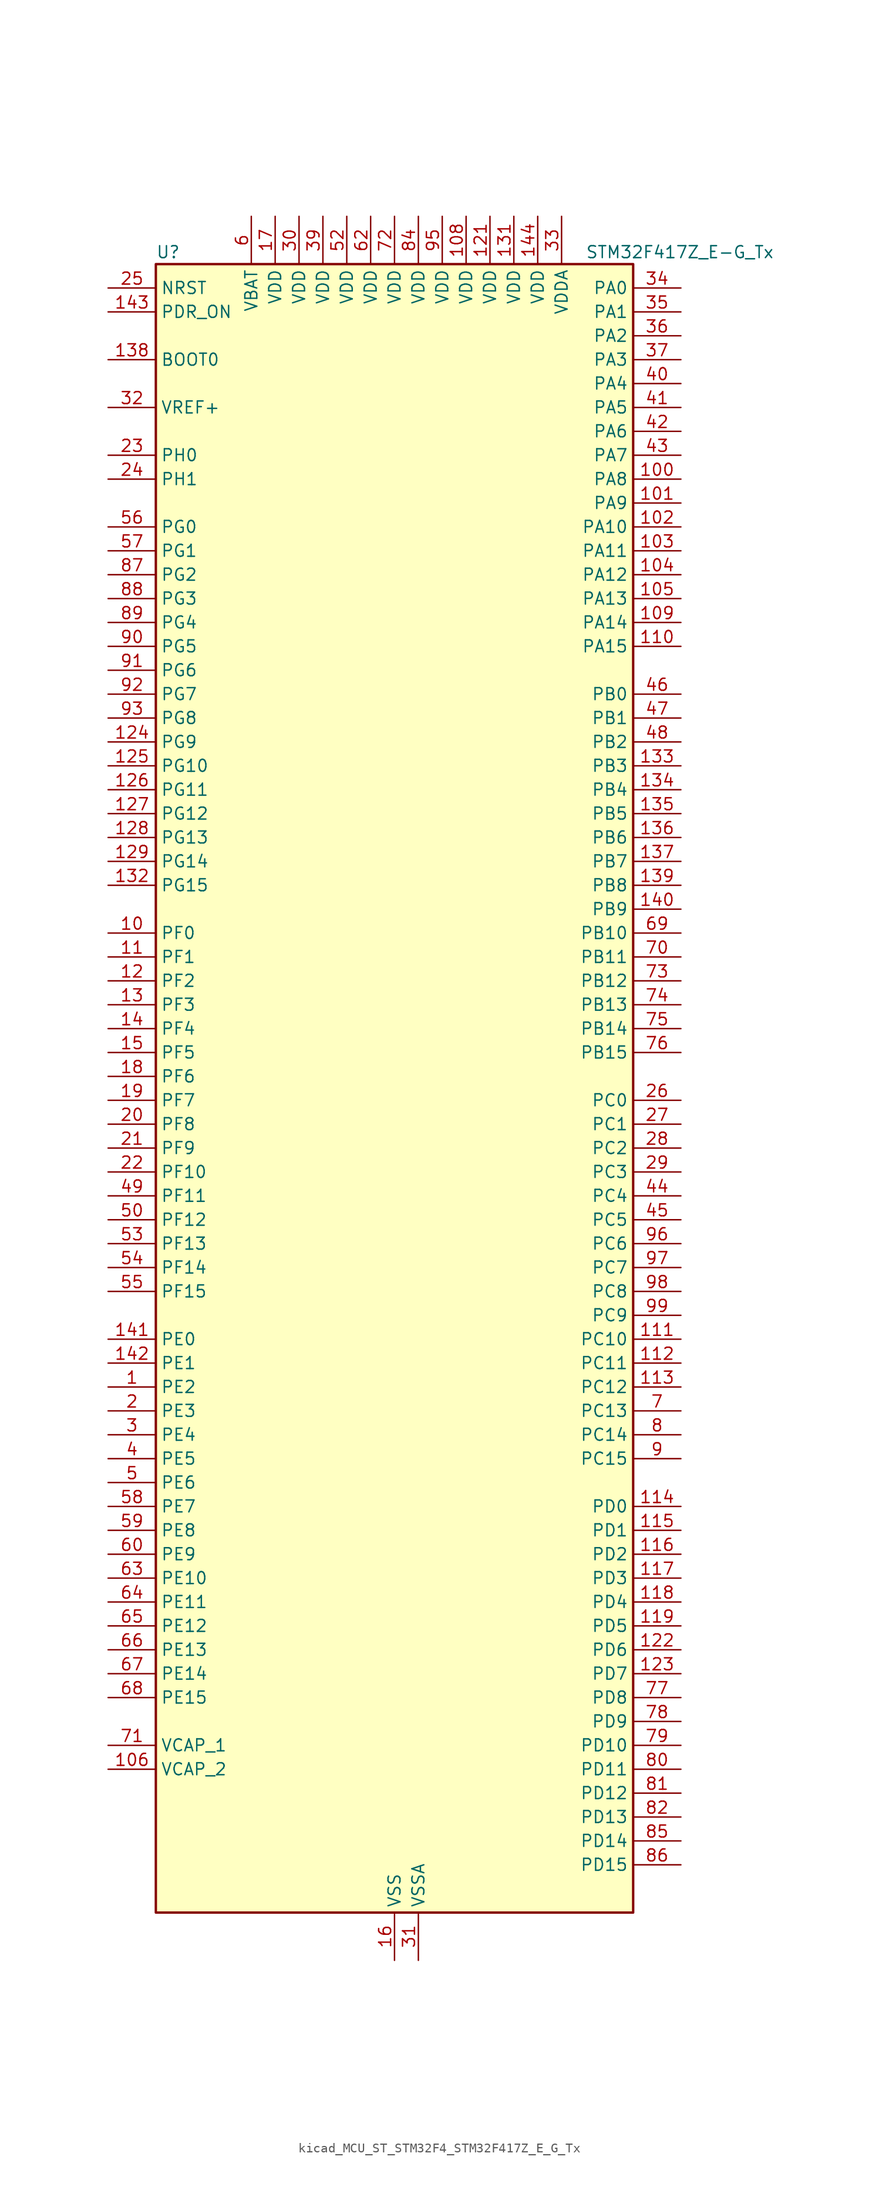
<source format=kicad_sym>
(kicad_symbol_lib
  (version 20220914)
  (generator kicad_symbol_editor)
  (symbol "kicad_MCU_ST_STM32F4_STM32F417Z_E_G_Tx"
    (property "Reference" "U"
      (at -25.4 90.17 0)
      (effects (font (size 1.27 1.27)) (justify left)))
    (property "Value" "STM32F417Z_E-G_Tx"
      (at 20.32 90.17 0)
      (effects (font (size 1.27 1.27)) (justify left)))
    (property "ki_locked" ""
      (at 0 0 0)
      (effects (font (size 1.27 1.27))))
    (symbol "kicad_MCU_ST_STM32F4_STM32F417Z_E_G_Tx_0_1"
      (rectangle (start -25.4 -86.36) (end 25.4 88.9) (stroke (width 0.254) (type default)) (fill (type background))))
    (symbol "kicad_MCU_ST_STM32F4_STM32F417Z_E_G_Tx_1_1"
      (pin bidirectional line (at -30.48 -30.48 0) (length 5.08) (name "PE2" (effects (font (size 1.27 1.27)))) (number "1" (effects (font (size 1.27 1.27)))) (alternate "ETH_TXD3" bidirectional line) (alternate "FSMC_A23" bidirectional line) (alternate "SYS_TRACECLK" bidirectional line))
      (pin bidirectional line (at -30.48 17.78 0) (length 5.08) (name "PF0" (effects (font (size 1.27 1.27)))) (number "10" (effects (font (size 1.27 1.27)))) (alternate "FSMC_A0" bidirectional line) (alternate "I2C2_SDA" bidirectional line))
      (pin bidirectional line (at 30.48 66.04 180) (length 5.08) (name "PA8" (effects (font (size 1.27 1.27)))) (number "100" (effects (font (size 1.27 1.27)))) (alternate "I2C3_SCL" bidirectional line) (alternate "RCC_MCO_1" bidirectional line) (alternate "TIM1_CH1" bidirectional line) (alternate "USART1_CK" bidirectional line) (alternate "USB_OTG_FS_SOF" bidirectional line))
      (pin bidirectional line (at 30.48 63.5 180) (length 5.08) (name "PA9" (effects (font (size 1.27 1.27)))) (number "101" (effects (font (size 1.27 1.27)))) (alternate "DAC_EXTI9" bidirectional line) (alternate "DCMI_D0" bidirectional line) (alternate "I2C3_SMBA" bidirectional line) (alternate "TIM1_CH2" bidirectional line) (alternate "USART1_TX" bidirectional line) (alternate "USB_OTG_FS_VBUS" bidirectional line))
      (pin bidirectional line (at 30.48 60.96 180) (length 5.08) (name "PA10" (effects (font (size 1.27 1.27)))) (number "102" (effects (font (size 1.27 1.27)))) (alternate "DCMI_D1" bidirectional line) (alternate "TIM1_CH3" bidirectional line) (alternate "USART1_RX" bidirectional line) (alternate "USB_OTG_FS_ID" bidirectional line))
      (pin bidirectional line (at 30.48 58.42 180) (length 5.08) (name "PA11" (effects (font (size 1.27 1.27)))) (number "103" (effects (font (size 1.27 1.27)))) (alternate "ADC1_EXTI11" bidirectional line) (alternate "ADC2_EXTI11" bidirectional line) (alternate "ADC3_EXTI11" bidirectional line) (alternate "CAN1_RX" bidirectional line) (alternate "TIM1_CH4" bidirectional line) (alternate "USART1_CTS" bidirectional line) (alternate "USB_OTG_FS_DM" bidirectional line))
      (pin bidirectional line (at 30.48 55.88 180) (length 5.08) (name "PA12" (effects (font (size 1.27 1.27)))) (number "104" (effects (font (size 1.27 1.27)))) (alternate "CAN1_TX" bidirectional line) (alternate "TIM1_ETR" bidirectional line) (alternate "USART1_RTS" bidirectional line) (alternate "USB_OTG_FS_DP" bidirectional line))
      (pin bidirectional line (at 30.48 53.34 180) (length 5.08) (name "PA13" (effects (font (size 1.27 1.27)))) (number "105" (effects (font (size 1.27 1.27)))) (alternate "SYS_JTMS-SWDIO" bidirectional line))
      (pin power_out line (at -30.48 -71.12 0) (length 5.08) (name "VCAP_2" (effects (font (size 1.27 1.27)))) (number "106" (effects (font (size 1.27 1.27)))))
      (pin passive line (at 0 -91.44 90) (length 5.08) hide (name "VSS" (effects (font (size 1.27 1.27)))) (number "107" (effects (font (size 1.27 1.27)))))
      (pin power_in line (at 7.62 93.98 270) (length 5.08) (name "VDD" (effects (font (size 1.27 1.27)))) (number "108" (effects (font (size 1.27 1.27)))))
      (pin bidirectional line (at 30.48 50.8 180) (length 5.08) (name "PA14" (effects (font (size 1.27 1.27)))) (number "109" (effects (font (size 1.27 1.27)))) (alternate "SYS_JTCK-SWCLK" bidirectional line))
      (pin bidirectional line (at -30.48 15.24 0) (length 5.08) (name "PF1" (effects (font (size 1.27 1.27)))) (number "11" (effects (font (size 1.27 1.27)))) (alternate "FSMC_A1" bidirectional line) (alternate "I2C2_SCL" bidirectional line))
      (pin bidirectional line (at 30.48 48.26 180) (length 5.08) (name "PA15" (effects (font (size 1.27 1.27)))) (number "110" (effects (font (size 1.27 1.27)))) (alternate "ADC1_EXTI15" bidirectional line) (alternate "ADC2_EXTI15" bidirectional line) (alternate "ADC3_EXTI15" bidirectional line) (alternate "I2S3_WS" bidirectional line) (alternate "SPI1_NSS" bidirectional line) (alternate "SPI3_NSS" bidirectional line) (alternate "SYS_JTDI" bidirectional line) (alternate "TIM2_CH1" bidirectional line) (alternate "TIM2_ETR" bidirectional line))
      (pin bidirectional line (at 30.48 -25.4 180) (length 5.08) (name "PC10" (effects (font (size 1.27 1.27)))) (number "111" (effects (font (size 1.27 1.27)))) (alternate "DCMI_D8" bidirectional line) (alternate "I2S3_CK" bidirectional line) (alternate "SDIO_D2" bidirectional line) (alternate "SPI3_SCK" bidirectional line) (alternate "UART4_TX" bidirectional line) (alternate "USART3_TX" bidirectional line))
      (pin bidirectional line (at 30.48 -27.94 180) (length 5.08) (name "PC11" (effects (font (size 1.27 1.27)))) (number "112" (effects (font (size 1.27 1.27)))) (alternate "ADC1_EXTI11" bidirectional line) (alternate "ADC2_EXTI11" bidirectional line) (alternate "ADC3_EXTI11" bidirectional line) (alternate "DCMI_D4" bidirectional line) (alternate "I2S3_ext_SD" bidirectional line) (alternate "SDIO_D3" bidirectional line) (alternate "SPI3_MISO" bidirectional line) (alternate "UART4_RX" bidirectional line) (alternate "USART3_RX" bidirectional line))
      (pin bidirectional line (at 30.48 -30.48 180) (length 5.08) (name "PC12" (effects (font (size 1.27 1.27)))) (number "113" (effects (font (size 1.27 1.27)))) (alternate "DCMI_D9" bidirectional line) (alternate "I2S3_SD" bidirectional line) (alternate "SDIO_CK" bidirectional line) (alternate "SPI3_MOSI" bidirectional line) (alternate "UART5_TX" bidirectional line) (alternate "USART3_CK" bidirectional line))
      (pin bidirectional line (at 30.48 -43.18 180) (length 5.08) (name "PD0" (effects (font (size 1.27 1.27)))) (number "114" (effects (font (size 1.27 1.27)))) (alternate "CAN1_RX" bidirectional line) (alternate "FSMC_D2" bidirectional line) (alternate "FSMC_DA2" bidirectional line))
      (pin bidirectional line (at 30.48 -45.72 180) (length 5.08) (name "PD1" (effects (font (size 1.27 1.27)))) (number "115" (effects (font (size 1.27 1.27)))) (alternate "CAN1_TX" bidirectional line) (alternate "FSMC_D3" bidirectional line) (alternate "FSMC_DA3" bidirectional line))
      (pin bidirectional line (at 30.48 -48.26 180) (length 5.08) (name "PD2" (effects (font (size 1.27 1.27)))) (number "116" (effects (font (size 1.27 1.27)))) (alternate "DCMI_D11" bidirectional line) (alternate "SDIO_CMD" bidirectional line) (alternate "TIM3_ETR" bidirectional line) (alternate "UART5_RX" bidirectional line))
      (pin bidirectional line (at 30.48 -50.8 180) (length 5.08) (name "PD3" (effects (font (size 1.27 1.27)))) (number "117" (effects (font (size 1.27 1.27)))) (alternate "FSMC_CLK" bidirectional line) (alternate "USART2_CTS" bidirectional line))
      (pin bidirectional line (at 30.48 -53.34 180) (length 5.08) (name "PD4" (effects (font (size 1.27 1.27)))) (number "118" (effects (font (size 1.27 1.27)))) (alternate "FSMC_NOE" bidirectional line) (alternate "USART2_RTS" bidirectional line))
      (pin bidirectional line (at 30.48 -55.88 180) (length 5.08) (name "PD5" (effects (font (size 1.27 1.27)))) (number "119" (effects (font (size 1.27 1.27)))) (alternate "FSMC_NWE" bidirectional line) (alternate "USART2_TX" bidirectional line))
      (pin bidirectional line (at -30.48 12.7 0) (length 5.08) (name "PF2" (effects (font (size 1.27 1.27)))) (number "12" (effects (font (size 1.27 1.27)))) (alternate "FSMC_A2" bidirectional line) (alternate "I2C2_SMBA" bidirectional line))
      (pin passive line (at 0 -91.44 90) (length 5.08) hide (name "VSS" (effects (font (size 1.27 1.27)))) (number "120" (effects (font (size 1.27 1.27)))))
      (pin power_in line (at 10.16 93.98 270) (length 5.08) (name "VDD" (effects (font (size 1.27 1.27)))) (number "121" (effects (font (size 1.27 1.27)))))
      (pin bidirectional line (at 30.48 -58.42 180) (length 5.08) (name "PD6" (effects (font (size 1.27 1.27)))) (number "122" (effects (font (size 1.27 1.27)))) (alternate "FSMC_NWAIT" bidirectional line) (alternate "USART2_RX" bidirectional line))
      (pin bidirectional line (at 30.48 -60.96 180) (length 5.08) (name "PD7" (effects (font (size 1.27 1.27)))) (number "123" (effects (font (size 1.27 1.27)))) (alternate "FSMC_NCE2" bidirectional line) (alternate "FSMC_NE1" bidirectional line) (alternate "USART2_CK" bidirectional line))
      (pin bidirectional line (at -30.48 38.1 0) (length 5.08) (name "PG9" (effects (font (size 1.27 1.27)))) (number "124" (effects (font (size 1.27 1.27)))) (alternate "DAC_EXTI9" bidirectional line) (alternate "FSMC_NCE3" bidirectional line) (alternate "FSMC_NE2" bidirectional line) (alternate "USART6_RX" bidirectional line))
      (pin bidirectional line (at -30.48 35.56 0) (length 5.08) (name "PG10" (effects (font (size 1.27 1.27)))) (number "125" (effects (font (size 1.27 1.27)))) (alternate "FSMC_NCE4_1" bidirectional line) (alternate "FSMC_NE3" bidirectional line))
      (pin bidirectional line (at -30.48 33.02 0) (length 5.08) (name "PG11" (effects (font (size 1.27 1.27)))) (number "126" (effects (font (size 1.27 1.27)))) (alternate "ADC1_EXTI11" bidirectional line) (alternate "ADC2_EXTI11" bidirectional line) (alternate "ADC3_EXTI11" bidirectional line) (alternate "ETH_TX_EN" bidirectional line) (alternate "FSMC_NCE4_2" bidirectional line))
      (pin bidirectional line (at -30.48 30.48 0) (length 5.08) (name "PG12" (effects (font (size 1.27 1.27)))) (number "127" (effects (font (size 1.27 1.27)))) (alternate "FSMC_NE4" bidirectional line) (alternate "USART6_RTS" bidirectional line))
      (pin bidirectional line (at -30.48 27.94 0) (length 5.08) (name "PG13" (effects (font (size 1.27 1.27)))) (number "128" (effects (font (size 1.27 1.27)))) (alternate "ETH_TXD0" bidirectional line) (alternate "FSMC_A24" bidirectional line) (alternate "USART6_CTS" bidirectional line))
      (pin bidirectional line (at -30.48 25.4 0) (length 5.08) (name "PG14" (effects (font (size 1.27 1.27)))) (number "129" (effects (font (size 1.27 1.27)))) (alternate "ETH_TXD1" bidirectional line) (alternate "FSMC_A25" bidirectional line) (alternate "USART6_TX" bidirectional line))
      (pin bidirectional line (at -30.48 10.16 0) (length 5.08) (name "PF3" (effects (font (size 1.27 1.27)))) (number "13" (effects (font (size 1.27 1.27)))) (alternate "ADC3_IN9" bidirectional line) (alternate "FSMC_A3" bidirectional line))
      (pin passive line (at 0 -91.44 90) (length 5.08) hide (name "VSS" (effects (font (size 1.27 1.27)))) (number "130" (effects (font (size 1.27 1.27)))))
      (pin power_in line (at 12.7 93.98 270) (length 5.08) (name "VDD" (effects (font (size 1.27 1.27)))) (number "131" (effects (font (size 1.27 1.27)))))
      (pin bidirectional line (at -30.48 22.86 0) (length 5.08) (name "PG15" (effects (font (size 1.27 1.27)))) (number "132" (effects (font (size 1.27 1.27)))) (alternate "ADC1_EXTI15" bidirectional line) (alternate "ADC2_EXTI15" bidirectional line) (alternate "ADC3_EXTI15" bidirectional line) (alternate "DCMI_D13" bidirectional line) (alternate "USART6_CTS" bidirectional line))
      (pin bidirectional line (at 30.48 35.56 180) (length 5.08) (name "PB3" (effects (font (size 1.27 1.27)))) (number "133" (effects (font (size 1.27 1.27)))) (alternate "I2S3_CK" bidirectional line) (alternate "SPI1_SCK" bidirectional line) (alternate "SPI3_SCK" bidirectional line) (alternate "SYS_JTDO-SWO" bidirectional line) (alternate "TIM2_CH2" bidirectional line))
      (pin bidirectional line (at 30.48 33.02 180) (length 5.08) (name "PB4" (effects (font (size 1.27 1.27)))) (number "134" (effects (font (size 1.27 1.27)))) (alternate "I2S3_ext_SD" bidirectional line) (alternate "SPI1_MISO" bidirectional line) (alternate "SPI3_MISO" bidirectional line) (alternate "SYS_JTRST" bidirectional line) (alternate "TIM3_CH1" bidirectional line))
      (pin bidirectional line (at 30.48 30.48 180) (length 5.08) (name "PB5" (effects (font (size 1.27 1.27)))) (number "135" (effects (font (size 1.27 1.27)))) (alternate "CAN2_RX" bidirectional line) (alternate "DCMI_D10" bidirectional line) (alternate "ETH_PPS_OUT" bidirectional line) (alternate "I2C1_SMBA" bidirectional line) (alternate "I2S3_SD" bidirectional line) (alternate "SPI1_MOSI" bidirectional line) (alternate "SPI3_MOSI" bidirectional line) (alternate "TIM3_CH2" bidirectional line) (alternate "USB_OTG_HS_ULPI_D7" bidirectional line))
      (pin bidirectional line (at 30.48 27.94 180) (length 5.08) (name "PB6" (effects (font (size 1.27 1.27)))) (number "136" (effects (font (size 1.27 1.27)))) (alternate "CAN2_TX" bidirectional line) (alternate "DCMI_D5" bidirectional line) (alternate "I2C1_SCL" bidirectional line) (alternate "TIM4_CH1" bidirectional line) (alternate "USART1_TX" bidirectional line))
      (pin bidirectional line (at 30.48 25.4 180) (length 5.08) (name "PB7" (effects (font (size 1.27 1.27)))) (number "137" (effects (font (size 1.27 1.27)))) (alternate "DCMI_VSYNC" bidirectional line) (alternate "FSMC_NL" bidirectional line) (alternate "I2C1_SDA" bidirectional line) (alternate "TIM4_CH2" bidirectional line) (alternate "USART1_RX" bidirectional line))
      (pin input line (at -30.48 78.74 0) (length 5.08) (name "BOOT0" (effects (font (size 1.27 1.27)))) (number "138" (effects (font (size 1.27 1.27)))))
      (pin bidirectional line (at 30.48 22.86 180) (length 5.08) (name "PB8" (effects (font (size 1.27 1.27)))) (number "139" (effects (font (size 1.27 1.27)))) (alternate "CAN1_RX" bidirectional line) (alternate "DCMI_D6" bidirectional line) (alternate "ETH_TXD3" bidirectional line) (alternate "I2C1_SCL" bidirectional line) (alternate "SDIO_D4" bidirectional line) (alternate "TIM10_CH1" bidirectional line) (alternate "TIM4_CH3" bidirectional line))
      (pin bidirectional line (at -30.48 7.62 0) (length 5.08) (name "PF4" (effects (font (size 1.27 1.27)))) (number "14" (effects (font (size 1.27 1.27)))) (alternate "ADC3_IN14" bidirectional line) (alternate "FSMC_A4" bidirectional line))
      (pin bidirectional line (at 30.48 20.32 180) (length 5.08) (name "PB9" (effects (font (size 1.27 1.27)))) (number "140" (effects (font (size 1.27 1.27)))) (alternate "CAN1_TX" bidirectional line) (alternate "DAC_EXTI9" bidirectional line) (alternate "DCMI_D7" bidirectional line) (alternate "I2C1_SDA" bidirectional line) (alternate "I2S2_WS" bidirectional line) (alternate "SDIO_D5" bidirectional line) (alternate "SPI2_NSS" bidirectional line) (alternate "TIM11_CH1" bidirectional line) (alternate "TIM4_CH4" bidirectional line))
      (pin bidirectional line (at -30.48 -25.4 0) (length 5.08) (name "PE0" (effects (font (size 1.27 1.27)))) (number "141" (effects (font (size 1.27 1.27)))) (alternate "DCMI_D2" bidirectional line) (alternate "FSMC_NBL0" bidirectional line) (alternate "TIM4_ETR" bidirectional line))
      (pin bidirectional line (at -30.48 -27.94 0) (length 5.08) (name "PE1" (effects (font (size 1.27 1.27)))) (number "142" (effects (font (size 1.27 1.27)))) (alternate "DCMI_D3" bidirectional line) (alternate "FSMC_NBL1" bidirectional line))
      (pin input line (at -30.48 83.82 0) (length 5.08) (name "PDR_ON" (effects (font (size 1.27 1.27)))) (number "143" (effects (font (size 1.27 1.27)))))
      (pin power_in line (at 15.24 93.98 270) (length 5.08) (name "VDD" (effects (font (size 1.27 1.27)))) (number "144" (effects (font (size 1.27 1.27)))))
      (pin bidirectional line (at -30.48 5.08 0) (length 5.08) (name "PF5" (effects (font (size 1.27 1.27)))) (number "15" (effects (font (size 1.27 1.27)))) (alternate "ADC3_IN15" bidirectional line) (alternate "FSMC_A5" bidirectional line))
      (pin power_in line (at 0 -91.44 90) (length 5.08) (name "VSS" (effects (font (size 1.27 1.27)))) (number "16" (effects (font (size 1.27 1.27)))))
      (pin power_in line (at -12.7 93.98 270) (length 5.08) (name "VDD" (effects (font (size 1.27 1.27)))) (number "17" (effects (font (size 1.27 1.27)))))
      (pin bidirectional line (at -30.48 2.54 0) (length 5.08) (name "PF6" (effects (font (size 1.27 1.27)))) (number "18" (effects (font (size 1.27 1.27)))) (alternate "ADC3_IN4" bidirectional line) (alternate "FSMC_NIORD" bidirectional line) (alternate "TIM10_CH1" bidirectional line))
      (pin bidirectional line (at -30.48 0 0) (length 5.08) (name "PF7" (effects (font (size 1.27 1.27)))) (number "19" (effects (font (size 1.27 1.27)))) (alternate "ADC3_IN5" bidirectional line) (alternate "FSMC_NREG" bidirectional line) (alternate "TIM11_CH1" bidirectional line))
      (pin bidirectional line (at -30.48 -33.02 0) (length 5.08) (name "PE3" (effects (font (size 1.27 1.27)))) (number "2" (effects (font (size 1.27 1.27)))) (alternate "FSMC_A19" bidirectional line) (alternate "SYS_TRACED0" bidirectional line))
      (pin bidirectional line (at -30.48 -2.54 0) (length 5.08) (name "PF8" (effects (font (size 1.27 1.27)))) (number "20" (effects (font (size 1.27 1.27)))) (alternate "ADC3_IN6" bidirectional line) (alternate "FSMC_NIOWR" bidirectional line) (alternate "TIM13_CH1" bidirectional line))
      (pin bidirectional line (at -30.48 -5.08 0) (length 5.08) (name "PF9" (effects (font (size 1.27 1.27)))) (number "21" (effects (font (size 1.27 1.27)))) (alternate "ADC3_IN7" bidirectional line) (alternate "DAC_EXTI9" bidirectional line) (alternate "FSMC_CD" bidirectional line) (alternate "TIM14_CH1" bidirectional line))
      (pin bidirectional line (at -30.48 -7.62 0) (length 5.08) (name "PF10" (effects (font (size 1.27 1.27)))) (number "22" (effects (font (size 1.27 1.27)))) (alternate "ADC3_IN8" bidirectional line) (alternate "FSMC_INTR" bidirectional line))
      (pin bidirectional line (at -30.48 68.58 0) (length 5.08) (name "PH0" (effects (font (size 1.27 1.27)))) (number "23" (effects (font (size 1.27 1.27)))) (alternate "RCC_OSC_IN" bidirectional line))
      (pin bidirectional line (at -30.48 66.04 0) (length 5.08) (name "PH1" (effects (font (size 1.27 1.27)))) (number "24" (effects (font (size 1.27 1.27)))) (alternate "RCC_OSC_OUT" bidirectional line))
      (pin input line (at -30.48 86.36 0) (length 5.08) (name "NRST" (effects (font (size 1.27 1.27)))) (number "25" (effects (font (size 1.27 1.27)))))
      (pin bidirectional line (at 30.48 0 180) (length 5.08) (name "PC0" (effects (font (size 1.27 1.27)))) (number "26" (effects (font (size 1.27 1.27)))) (alternate "ADC1_IN10" bidirectional line) (alternate "ADC2_IN10" bidirectional line) (alternate "ADC3_IN10" bidirectional line) (alternate "USB_OTG_HS_ULPI_STP" bidirectional line))
      (pin bidirectional line (at 30.48 -2.54 180) (length 5.08) (name "PC1" (effects (font (size 1.27 1.27)))) (number "27" (effects (font (size 1.27 1.27)))) (alternate "ADC1_IN11" bidirectional line) (alternate "ADC2_IN11" bidirectional line) (alternate "ADC3_IN11" bidirectional line) (alternate "ETH_MDC" bidirectional line))
      (pin bidirectional line (at 30.48 -5.08 180) (length 5.08) (name "PC2" (effects (font (size 1.27 1.27)))) (number "28" (effects (font (size 1.27 1.27)))) (alternate "ADC1_IN12" bidirectional line) (alternate "ADC2_IN12" bidirectional line) (alternate "ADC3_IN12" bidirectional line) (alternate "ETH_TXD2" bidirectional line) (alternate "I2S2_ext_SD" bidirectional line) (alternate "SPI2_MISO" bidirectional line) (alternate "USB_OTG_HS_ULPI_DIR" bidirectional line))
      (pin bidirectional line (at 30.48 -7.62 180) (length 5.08) (name "PC3" (effects (font (size 1.27 1.27)))) (number "29" (effects (font (size 1.27 1.27)))) (alternate "ADC1_IN13" bidirectional line) (alternate "ADC2_IN13" bidirectional line) (alternate "ADC3_IN13" bidirectional line) (alternate "ETH_TX_CLK" bidirectional line) (alternate "I2S2_SD" bidirectional line) (alternate "SPI2_MOSI" bidirectional line) (alternate "USB_OTG_HS_ULPI_NXT" bidirectional line))
      (pin bidirectional line (at -30.48 -35.56 0) (length 5.08) (name "PE4" (effects (font (size 1.27 1.27)))) (number "3" (effects (font (size 1.27 1.27)))) (alternate "DCMI_D4" bidirectional line) (alternate "FSMC_A20" bidirectional line) (alternate "SYS_TRACED1" bidirectional line))
      (pin power_in line (at -10.16 93.98 270) (length 5.08) (name "VDD" (effects (font (size 1.27 1.27)))) (number "30" (effects (font (size 1.27 1.27)))))
      (pin power_in line (at 2.54 -91.44 90) (length 5.08) (name "VSSA" (effects (font (size 1.27 1.27)))) (number "31" (effects (font (size 1.27 1.27)))))
      (pin input line (at -30.48 73.66 0) (length 5.08) (name "VREF+" (effects (font (size 1.27 1.27)))) (number "32" (effects (font (size 1.27 1.27)))))
      (pin power_in line (at 17.78 93.98 270) (length 5.08) (name "VDDA" (effects (font (size 1.27 1.27)))) (number "33" (effects (font (size 1.27 1.27)))))
      (pin bidirectional line (at 30.48 86.36 180) (length 5.08) (name "PA0" (effects (font (size 1.27 1.27)))) (number "34" (effects (font (size 1.27 1.27)))) (alternate "ADC1_IN0" bidirectional line) (alternate "ADC2_IN0" bidirectional line) (alternate "ADC3_IN0" bidirectional line) (alternate "ETH_CRS" bidirectional line) (alternate "SYS_WKUP" bidirectional line) (alternate "TIM2_CH1" bidirectional line) (alternate "TIM2_ETR" bidirectional line) (alternate "TIM5_CH1" bidirectional line) (alternate "TIM8_ETR" bidirectional line) (alternate "UART4_TX" bidirectional line) (alternate "USART2_CTS" bidirectional line))
      (pin bidirectional line (at 30.48 83.82 180) (length 5.08) (name "PA1" (effects (font (size 1.27 1.27)))) (number "35" (effects (font (size 1.27 1.27)))) (alternate "ADC1_IN1" bidirectional line) (alternate "ADC2_IN1" bidirectional line) (alternate "ADC3_IN1" bidirectional line) (alternate "ETH_REF_CLK" bidirectional line) (alternate "ETH_RX_CLK" bidirectional line) (alternate "TIM2_CH2" bidirectional line) (alternate "TIM5_CH2" bidirectional line) (alternate "UART4_RX" bidirectional line) (alternate "USART2_RTS" bidirectional line))
      (pin bidirectional line (at 30.48 81.28 180) (length 5.08) (name "PA2" (effects (font (size 1.27 1.27)))) (number "36" (effects (font (size 1.27 1.27)))) (alternate "ADC1_IN2" bidirectional line) (alternate "ADC2_IN2" bidirectional line) (alternate "ADC3_IN2" bidirectional line) (alternate "ETH_MDIO" bidirectional line) (alternate "TIM2_CH3" bidirectional line) (alternate "TIM5_CH3" bidirectional line) (alternate "TIM9_CH1" bidirectional line) (alternate "USART2_TX" bidirectional line))
      (pin bidirectional line (at 30.48 78.74 180) (length 5.08) (name "PA3" (effects (font (size 1.27 1.27)))) (number "37" (effects (font (size 1.27 1.27)))) (alternate "ADC1_IN3" bidirectional line) (alternate "ADC2_IN3" bidirectional line) (alternate "ADC3_IN3" bidirectional line) (alternate "ETH_COL" bidirectional line) (alternate "TIM2_CH4" bidirectional line) (alternate "TIM5_CH4" bidirectional line) (alternate "TIM9_CH2" bidirectional line) (alternate "USART2_RX" bidirectional line) (alternate "USB_OTG_HS_ULPI_D0" bidirectional line))
      (pin passive line (at 0 -91.44 90) (length 5.08) hide (name "VSS" (effects (font (size 1.27 1.27)))) (number "38" (effects (font (size 1.27 1.27)))))
      (pin power_in line (at -7.62 93.98 270) (length 5.08) (name "VDD" (effects (font (size 1.27 1.27)))) (number "39" (effects (font (size 1.27 1.27)))))
      (pin bidirectional line (at -30.48 -38.1 0) (length 5.08) (name "PE5" (effects (font (size 1.27 1.27)))) (number "4" (effects (font (size 1.27 1.27)))) (alternate "DCMI_D6" bidirectional line) (alternate "FSMC_A21" bidirectional line) (alternate "SYS_TRACED2" bidirectional line) (alternate "TIM9_CH1" bidirectional line))
      (pin bidirectional line (at 30.48 76.2 180) (length 5.08) (name "PA4" (effects (font (size 1.27 1.27)))) (number "40" (effects (font (size 1.27 1.27)))) (alternate "ADC1_IN4" bidirectional line) (alternate "ADC2_IN4" bidirectional line) (alternate "DAC_OUT1" bidirectional line) (alternate "DCMI_HSYNC" bidirectional line) (alternate "I2S3_WS" bidirectional line) (alternate "SPI1_NSS" bidirectional line) (alternate "SPI3_NSS" bidirectional line) (alternate "USART2_CK" bidirectional line) (alternate "USB_OTG_HS_SOF" bidirectional line))
      (pin bidirectional line (at 30.48 73.66 180) (length 5.08) (name "PA5" (effects (font (size 1.27 1.27)))) (number "41" (effects (font (size 1.27 1.27)))) (alternate "ADC1_IN5" bidirectional line) (alternate "ADC2_IN5" bidirectional line) (alternate "DAC_OUT2" bidirectional line) (alternate "SPI1_SCK" bidirectional line) (alternate "TIM2_CH1" bidirectional line) (alternate "TIM2_ETR" bidirectional line) (alternate "TIM8_CH1N" bidirectional line) (alternate "USB_OTG_HS_ULPI_CK" bidirectional line))
      (pin bidirectional line (at 30.48 71.12 180) (length 5.08) (name "PA6" (effects (font (size 1.27 1.27)))) (number "42" (effects (font (size 1.27 1.27)))) (alternate "ADC1_IN6" bidirectional line) (alternate "ADC2_IN6" bidirectional line) (alternate "DCMI_PIXCLK" bidirectional line) (alternate "SPI1_MISO" bidirectional line) (alternate "TIM13_CH1" bidirectional line) (alternate "TIM1_BKIN" bidirectional line) (alternate "TIM3_CH1" bidirectional line) (alternate "TIM8_BKIN" bidirectional line))
      (pin bidirectional line (at 30.48 68.58 180) (length 5.08) (name "PA7" (effects (font (size 1.27 1.27)))) (number "43" (effects (font (size 1.27 1.27)))) (alternate "ADC1_IN7" bidirectional line) (alternate "ADC2_IN7" bidirectional line) (alternate "ETH_CRS_DV" bidirectional line) (alternate "ETH_RX_DV" bidirectional line) (alternate "SPI1_MOSI" bidirectional line) (alternate "TIM14_CH1" bidirectional line) (alternate "TIM1_CH1N" bidirectional line) (alternate "TIM3_CH2" bidirectional line) (alternate "TIM8_CH1N" bidirectional line))
      (pin bidirectional line (at 30.48 -10.16 180) (length 5.08) (name "PC4" (effects (font (size 1.27 1.27)))) (number "44" (effects (font (size 1.27 1.27)))) (alternate "ADC1_IN14" bidirectional line) (alternate "ADC2_IN14" bidirectional line) (alternate "ETH_RXD0" bidirectional line))
      (pin bidirectional line (at 30.48 -12.7 180) (length 5.08) (name "PC5" (effects (font (size 1.27 1.27)))) (number "45" (effects (font (size 1.27 1.27)))) (alternate "ADC1_IN15" bidirectional line) (alternate "ADC2_IN15" bidirectional line) (alternate "ETH_RXD1" bidirectional line))
      (pin bidirectional line (at 30.48 43.18 180) (length 5.08) (name "PB0" (effects (font (size 1.27 1.27)))) (number "46" (effects (font (size 1.27 1.27)))) (alternate "ADC1_IN8" bidirectional line) (alternate "ADC2_IN8" bidirectional line) (alternate "ETH_RXD2" bidirectional line) (alternate "TIM1_CH2N" bidirectional line) (alternate "TIM3_CH3" bidirectional line) (alternate "TIM8_CH2N" bidirectional line) (alternate "USB_OTG_HS_ULPI_D1" bidirectional line))
      (pin bidirectional line (at 30.48 40.64 180) (length 5.08) (name "PB1" (effects (font (size 1.27 1.27)))) (number "47" (effects (font (size 1.27 1.27)))) (alternate "ADC1_IN9" bidirectional line) (alternate "ADC2_IN9" bidirectional line) (alternate "ETH_RXD3" bidirectional line) (alternate "TIM1_CH3N" bidirectional line) (alternate "TIM3_CH4" bidirectional line) (alternate "TIM8_CH3N" bidirectional line) (alternate "USB_OTG_HS_ULPI_D2" bidirectional line))
      (pin bidirectional line (at 30.48 38.1 180) (length 5.08) (name "PB2" (effects (font (size 1.27 1.27)))) (number "48" (effects (font (size 1.27 1.27)))))
      (pin bidirectional line (at -30.48 -10.16 0) (length 5.08) (name "PF11" (effects (font (size 1.27 1.27)))) (number "49" (effects (font (size 1.27 1.27)))) (alternate "ADC1_EXTI11" bidirectional line) (alternate "ADC2_EXTI11" bidirectional line) (alternate "ADC3_EXTI11" bidirectional line) (alternate "DCMI_D12" bidirectional line))
      (pin bidirectional line (at -30.48 -40.64 0) (length 5.08) (name "PE6" (effects (font (size 1.27 1.27)))) (number "5" (effects (font (size 1.27 1.27)))) (alternate "DCMI_D7" bidirectional line) (alternate "FSMC_A22" bidirectional line) (alternate "SYS_TRACED3" bidirectional line) (alternate "TIM9_CH2" bidirectional line))
      (pin bidirectional line (at -30.48 -12.7 0) (length 5.08) (name "PF12" (effects (font (size 1.27 1.27)))) (number "50" (effects (font (size 1.27 1.27)))) (alternate "FSMC_A6" bidirectional line))
      (pin passive line (at 0 -91.44 90) (length 5.08) hide (name "VSS" (effects (font (size 1.27 1.27)))) (number "51" (effects (font (size 1.27 1.27)))))
      (pin power_in line (at -5.08 93.98 270) (length 5.08) (name "VDD" (effects (font (size 1.27 1.27)))) (number "52" (effects (font (size 1.27 1.27)))))
      (pin bidirectional line (at -30.48 -15.24 0) (length 5.08) (name "PF13" (effects (font (size 1.27 1.27)))) (number "53" (effects (font (size 1.27 1.27)))) (alternate "FSMC_A7" bidirectional line))
      (pin bidirectional line (at -30.48 -17.78 0) (length 5.08) (name "PF14" (effects (font (size 1.27 1.27)))) (number "54" (effects (font (size 1.27 1.27)))) (alternate "FSMC_A8" bidirectional line))
      (pin bidirectional line (at -30.48 -20.32 0) (length 5.08) (name "PF15" (effects (font (size 1.27 1.27)))) (number "55" (effects (font (size 1.27 1.27)))) (alternate "ADC1_EXTI15" bidirectional line) (alternate "ADC2_EXTI15" bidirectional line) (alternate "ADC3_EXTI15" bidirectional line) (alternate "FSMC_A9" bidirectional line))
      (pin bidirectional line (at -30.48 60.96 0) (length 5.08) (name "PG0" (effects (font (size 1.27 1.27)))) (number "56" (effects (font (size 1.27 1.27)))) (alternate "FSMC_A10" bidirectional line))
      (pin bidirectional line (at -30.48 58.42 0) (length 5.08) (name "PG1" (effects (font (size 1.27 1.27)))) (number "57" (effects (font (size 1.27 1.27)))) (alternate "FSMC_A11" bidirectional line))
      (pin bidirectional line (at -30.48 -43.18 0) (length 5.08) (name "PE7" (effects (font (size 1.27 1.27)))) (number "58" (effects (font (size 1.27 1.27)))) (alternate "FSMC_D4" bidirectional line) (alternate "FSMC_DA4" bidirectional line) (alternate "TIM1_ETR" bidirectional line))
      (pin bidirectional line (at -30.48 -45.72 0) (length 5.08) (name "PE8" (effects (font (size 1.27 1.27)))) (number "59" (effects (font (size 1.27 1.27)))) (alternate "FSMC_D5" bidirectional line) (alternate "FSMC_DA5" bidirectional line) (alternate "TIM1_CH1N" bidirectional line))
      (pin power_in line (at -15.24 93.98 270) (length 5.08) (name "VBAT" (effects (font (size 1.27 1.27)))) (number "6" (effects (font (size 1.27 1.27)))))
      (pin bidirectional line (at -30.48 -48.26 0) (length 5.08) (name "PE9" (effects (font (size 1.27 1.27)))) (number "60" (effects (font (size 1.27 1.27)))) (alternate "DAC_EXTI9" bidirectional line) (alternate "FSMC_D6" bidirectional line) (alternate "FSMC_DA6" bidirectional line) (alternate "TIM1_CH1" bidirectional line))
      (pin passive line (at 0 -91.44 90) (length 5.08) hide (name "VSS" (effects (font (size 1.27 1.27)))) (number "61" (effects (font (size 1.27 1.27)))))
      (pin power_in line (at -2.54 93.98 270) (length 5.08) (name "VDD" (effects (font (size 1.27 1.27)))) (number "62" (effects (font (size 1.27 1.27)))))
      (pin bidirectional line (at -30.48 -50.8 0) (length 5.08) (name "PE10" (effects (font (size 1.27 1.27)))) (number "63" (effects (font (size 1.27 1.27)))) (alternate "FSMC_D7" bidirectional line) (alternate "FSMC_DA7" bidirectional line) (alternate "TIM1_CH2N" bidirectional line))
      (pin bidirectional line (at -30.48 -53.34 0) (length 5.08) (name "PE11" (effects (font (size 1.27 1.27)))) (number "64" (effects (font (size 1.27 1.27)))) (alternate "ADC1_EXTI11" bidirectional line) (alternate "ADC2_EXTI11" bidirectional line) (alternate "ADC3_EXTI11" bidirectional line) (alternate "FSMC_D8" bidirectional line) (alternate "FSMC_DA8" bidirectional line) (alternate "TIM1_CH2" bidirectional line))
      (pin bidirectional line (at -30.48 -55.88 0) (length 5.08) (name "PE12" (effects (font (size 1.27 1.27)))) (number "65" (effects (font (size 1.27 1.27)))) (alternate "FSMC_D9" bidirectional line) (alternate "FSMC_DA9" bidirectional line) (alternate "TIM1_CH3N" bidirectional line))
      (pin bidirectional line (at -30.48 -58.42 0) (length 5.08) (name "PE13" (effects (font (size 1.27 1.27)))) (number "66" (effects (font (size 1.27 1.27)))) (alternate "FSMC_D10" bidirectional line) (alternate "FSMC_DA10" bidirectional line) (alternate "TIM1_CH3" bidirectional line))
      (pin bidirectional line (at -30.48 -60.96 0) (length 5.08) (name "PE14" (effects (font (size 1.27 1.27)))) (number "67" (effects (font (size 1.27 1.27)))) (alternate "FSMC_D11" bidirectional line) (alternate "FSMC_DA11" bidirectional line) (alternate "TIM1_CH4" bidirectional line))
      (pin bidirectional line (at -30.48 -63.5 0) (length 5.08) (name "PE15" (effects (font (size 1.27 1.27)))) (number "68" (effects (font (size 1.27 1.27)))) (alternate "ADC1_EXTI15" bidirectional line) (alternate "ADC2_EXTI15" bidirectional line) (alternate "ADC3_EXTI15" bidirectional line) (alternate "FSMC_D12" bidirectional line) (alternate "FSMC_DA12" bidirectional line) (alternate "TIM1_BKIN" bidirectional line))
      (pin bidirectional line (at 30.48 17.78 180) (length 5.08) (name "PB10" (effects (font (size 1.27 1.27)))) (number "69" (effects (font (size 1.27 1.27)))) (alternate "ETH_RX_ER" bidirectional line) (alternate "I2C2_SCL" bidirectional line) (alternate "I2S2_CK" bidirectional line) (alternate "SPI2_SCK" bidirectional line) (alternate "TIM2_CH3" bidirectional line) (alternate "USART3_TX" bidirectional line) (alternate "USB_OTG_HS_ULPI_D3" bidirectional line))
      (pin bidirectional line (at 30.48 -33.02 180) (length 5.08) (name "PC13" (effects (font (size 1.27 1.27)))) (number "7" (effects (font (size 1.27 1.27)))) (alternate "RTC_AF1" bidirectional line))
      (pin bidirectional line (at 30.48 15.24 180) (length 5.08) (name "PB11" (effects (font (size 1.27 1.27)))) (number "70" (effects (font (size 1.27 1.27)))) (alternate "ADC1_EXTI11" bidirectional line) (alternate "ADC2_EXTI11" bidirectional line) (alternate "ADC3_EXTI11" bidirectional line) (alternate "ETH_TX_EN" bidirectional line) (alternate "I2C2_SDA" bidirectional line) (alternate "TIM2_CH4" bidirectional line) (alternate "USART3_RX" bidirectional line) (alternate "USB_OTG_HS_ULPI_D4" bidirectional line))
      (pin power_out line (at -30.48 -68.58 0) (length 5.08) (name "VCAP_1" (effects (font (size 1.27 1.27)))) (number "71" (effects (font (size 1.27 1.27)))))
      (pin power_in line (at 0 93.98 270) (length 5.08) (name "VDD" (effects (font (size 1.27 1.27)))) (number "72" (effects (font (size 1.27 1.27)))))
      (pin bidirectional line (at 30.48 12.7 180) (length 5.08) (name "PB12" (effects (font (size 1.27 1.27)))) (number "73" (effects (font (size 1.27 1.27)))) (alternate "CAN2_RX" bidirectional line) (alternate "ETH_TXD0" bidirectional line) (alternate "I2C2_SMBA" bidirectional line) (alternate "I2S2_WS" bidirectional line) (alternate "SPI2_NSS" bidirectional line) (alternate "TIM1_BKIN" bidirectional line) (alternate "USART3_CK" bidirectional line) (alternate "USB_OTG_HS_ID" bidirectional line) (alternate "USB_OTG_HS_ULPI_D5" bidirectional line))
      (pin bidirectional line (at 30.48 10.16 180) (length 5.08) (name "PB13" (effects (font (size 1.27 1.27)))) (number "74" (effects (font (size 1.27 1.27)))) (alternate "CAN2_TX" bidirectional line) (alternate "ETH_TXD1" bidirectional line) (alternate "I2S2_CK" bidirectional line) (alternate "SPI2_SCK" bidirectional line) (alternate "TIM1_CH1N" bidirectional line) (alternate "USART3_CTS" bidirectional line) (alternate "USB_OTG_HS_ULPI_D6" bidirectional line) (alternate "USB_OTG_HS_VBUS" bidirectional line))
      (pin bidirectional line (at 30.48 7.62 180) (length 5.08) (name "PB14" (effects (font (size 1.27 1.27)))) (number "75" (effects (font (size 1.27 1.27)))) (alternate "I2S2_ext_SD" bidirectional line) (alternate "SPI2_MISO" bidirectional line) (alternate "TIM12_CH1" bidirectional line) (alternate "TIM1_CH2N" bidirectional line) (alternate "TIM8_CH2N" bidirectional line) (alternate "USART3_RTS" bidirectional line) (alternate "USB_OTG_HS_DM" bidirectional line))
      (pin bidirectional line (at 30.48 5.08 180) (length 5.08) (name "PB15" (effects (font (size 1.27 1.27)))) (number "76" (effects (font (size 1.27 1.27)))) (alternate "ADC1_EXTI15" bidirectional line) (alternate "ADC2_EXTI15" bidirectional line) (alternate "ADC3_EXTI15" bidirectional line) (alternate "I2S2_SD" bidirectional line) (alternate "RTC_REFIN" bidirectional line) (alternate "SPI2_MOSI" bidirectional line) (alternate "TIM12_CH2" bidirectional line) (alternate "TIM1_CH3N" bidirectional line) (alternate "TIM8_CH3N" bidirectional line) (alternate "USB_OTG_HS_DP" bidirectional line))
      (pin bidirectional line (at 30.48 -63.5 180) (length 5.08) (name "PD8" (effects (font (size 1.27 1.27)))) (number "77" (effects (font (size 1.27 1.27)))) (alternate "FSMC_D13" bidirectional line) (alternate "FSMC_DA13" bidirectional line) (alternate "USART3_TX" bidirectional line))
      (pin bidirectional line (at 30.48 -66.04 180) (length 5.08) (name "PD9" (effects (font (size 1.27 1.27)))) (number "78" (effects (font (size 1.27 1.27)))) (alternate "DAC_EXTI9" bidirectional line) (alternate "FSMC_D14" bidirectional line) (alternate "FSMC_DA14" bidirectional line) (alternate "USART3_RX" bidirectional line))
      (pin bidirectional line (at 30.48 -68.58 180) (length 5.08) (name "PD10" (effects (font (size 1.27 1.27)))) (number "79" (effects (font (size 1.27 1.27)))) (alternate "FSMC_D15" bidirectional line) (alternate "FSMC_DA15" bidirectional line) (alternate "USART3_CK" bidirectional line))
      (pin bidirectional line (at 30.48 -35.56 180) (length 5.08) (name "PC14" (effects (font (size 1.27 1.27)))) (number "8" (effects (font (size 1.27 1.27)))) (alternate "RCC_OSC32_IN" bidirectional line))
      (pin bidirectional line (at 30.48 -71.12 180) (length 5.08) (name "PD11" (effects (font (size 1.27 1.27)))) (number "80" (effects (font (size 1.27 1.27)))) (alternate "ADC1_EXTI11" bidirectional line) (alternate "ADC2_EXTI11" bidirectional line) (alternate "ADC3_EXTI11" bidirectional line) (alternate "FSMC_A16" bidirectional line) (alternate "FSMC_CLE" bidirectional line) (alternate "USART3_CTS" bidirectional line))
      (pin bidirectional line (at 30.48 -73.66 180) (length 5.08) (name "PD12" (effects (font (size 1.27 1.27)))) (number "81" (effects (font (size 1.27 1.27)))) (alternate "FSMC_A17" bidirectional line) (alternate "FSMC_ALE" bidirectional line) (alternate "TIM4_CH1" bidirectional line) (alternate "USART3_RTS" bidirectional line))
      (pin bidirectional line (at 30.48 -76.2 180) (length 5.08) (name "PD13" (effects (font (size 1.27 1.27)))) (number "82" (effects (font (size 1.27 1.27)))) (alternate "FSMC_A18" bidirectional line) (alternate "TIM4_CH2" bidirectional line))
      (pin passive line (at 0 -91.44 90) (length 5.08) hide (name "VSS" (effects (font (size 1.27 1.27)))) (number "83" (effects (font (size 1.27 1.27)))))
      (pin power_in line (at 2.54 93.98 270) (length 5.08) (name "VDD" (effects (font (size 1.27 1.27)))) (number "84" (effects (font (size 1.27 1.27)))))
      (pin bidirectional line (at 30.48 -78.74 180) (length 5.08) (name "PD14" (effects (font (size 1.27 1.27)))) (number "85" (effects (font (size 1.27 1.27)))) (alternate "FSMC_D0" bidirectional line) (alternate "FSMC_DA0" bidirectional line) (alternate "TIM4_CH3" bidirectional line))
      (pin bidirectional line (at 30.48 -81.28 180) (length 5.08) (name "PD15" (effects (font (size 1.27 1.27)))) (number "86" (effects (font (size 1.27 1.27)))) (alternate "ADC1_EXTI15" bidirectional line) (alternate "ADC2_EXTI15" bidirectional line) (alternate "ADC3_EXTI15" bidirectional line) (alternate "FSMC_D1" bidirectional line) (alternate "FSMC_DA1" bidirectional line) (alternate "TIM4_CH4" bidirectional line))
      (pin bidirectional line (at -30.48 55.88 0) (length 5.08) (name "PG2" (effects (font (size 1.27 1.27)))) (number "87" (effects (font (size 1.27 1.27)))) (alternate "FSMC_A12" bidirectional line))
      (pin bidirectional line (at -30.48 53.34 0) (length 5.08) (name "PG3" (effects (font (size 1.27 1.27)))) (number "88" (effects (font (size 1.27 1.27)))) (alternate "FSMC_A13" bidirectional line))
      (pin bidirectional line (at -30.48 50.8 0) (length 5.08) (name "PG4" (effects (font (size 1.27 1.27)))) (number "89" (effects (font (size 1.27 1.27)))) (alternate "FSMC_A14" bidirectional line))
      (pin bidirectional line (at 30.48 -38.1 180) (length 5.08) (name "PC15" (effects (font (size 1.27 1.27)))) (number "9" (effects (font (size 1.27 1.27)))) (alternate "ADC1_EXTI15" bidirectional line) (alternate "ADC2_EXTI15" bidirectional line) (alternate "ADC3_EXTI15" bidirectional line) (alternate "RCC_OSC32_OUT" bidirectional line))
      (pin bidirectional line (at -30.48 48.26 0) (length 5.08) (name "PG5" (effects (font (size 1.27 1.27)))) (number "90" (effects (font (size 1.27 1.27)))) (alternate "FSMC_A15" bidirectional line))
      (pin bidirectional line (at -30.48 45.72 0) (length 5.08) (name "PG6" (effects (font (size 1.27 1.27)))) (number "91" (effects (font (size 1.27 1.27)))) (alternate "FSMC_INT2" bidirectional line))
      (pin bidirectional line (at -30.48 43.18 0) (length 5.08) (name "PG7" (effects (font (size 1.27 1.27)))) (number "92" (effects (font (size 1.27 1.27)))) (alternate "FSMC_INT3" bidirectional line) (alternate "USART6_CK" bidirectional line))
      (pin bidirectional line (at -30.48 40.64 0) (length 5.08) (name "PG8" (effects (font (size 1.27 1.27)))) (number "93" (effects (font (size 1.27 1.27)))) (alternate "ETH_PPS_OUT" bidirectional line) (alternate "USART6_RTS" bidirectional line))
      (pin passive line (at 0 -91.44 90) (length 5.08) hide (name "VSS" (effects (font (size 1.27 1.27)))) (number "94" (effects (font (size 1.27 1.27)))))
      (pin power_in line (at 5.08 93.98 270) (length 5.08) (name "VDD" (effects (font (size 1.27 1.27)))) (number "95" (effects (font (size 1.27 1.27)))))
      (pin bidirectional line (at 30.48 -15.24 180) (length 5.08) (name "PC6" (effects (font (size 1.27 1.27)))) (number "96" (effects (font (size 1.27 1.27)))) (alternate "DCMI_D0" bidirectional line) (alternate "I2S2_MCK" bidirectional line) (alternate "SDIO_D6" bidirectional line) (alternate "TIM3_CH1" bidirectional line) (alternate "TIM8_CH1" bidirectional line) (alternate "USART6_TX" bidirectional line))
      (pin bidirectional line (at 30.48 -17.78 180) (length 5.08) (name "PC7" (effects (font (size 1.27 1.27)))) (number "97" (effects (font (size 1.27 1.27)))) (alternate "DCMI_D1" bidirectional line) (alternate "I2S3_MCK" bidirectional line) (alternate "SDIO_D7" bidirectional line) (alternate "TIM3_CH2" bidirectional line) (alternate "TIM8_CH2" bidirectional line) (alternate "USART6_RX" bidirectional line))
      (pin bidirectional line (at 30.48 -20.32 180) (length 5.08) (name "PC8" (effects (font (size 1.27 1.27)))) (number "98" (effects (font (size 1.27 1.27)))) (alternate "DCMI_D2" bidirectional line) (alternate "SDIO_D0" bidirectional line) (alternate "TIM3_CH3" bidirectional line) (alternate "TIM8_CH3" bidirectional line) (alternate "USART6_CK" bidirectional line))
      (pin bidirectional line (at 30.48 -22.86 180) (length 5.08) (name "PC9" (effects (font (size 1.27 1.27)))) (number "99" (effects (font (size 1.27 1.27)))) (alternate "DAC_EXTI9" bidirectional line) (alternate "DCMI_D3" bidirectional line) (alternate "I2C3_SDA" bidirectional line) (alternate "I2S_CKIN" bidirectional line) (alternate "RCC_MCO_2" bidirectional line) (alternate "SDIO_D1" bidirectional line) (alternate "TIM3_CH4" bidirectional line) (alternate "TIM8_CH4" bidirectional line)))))
</source>
